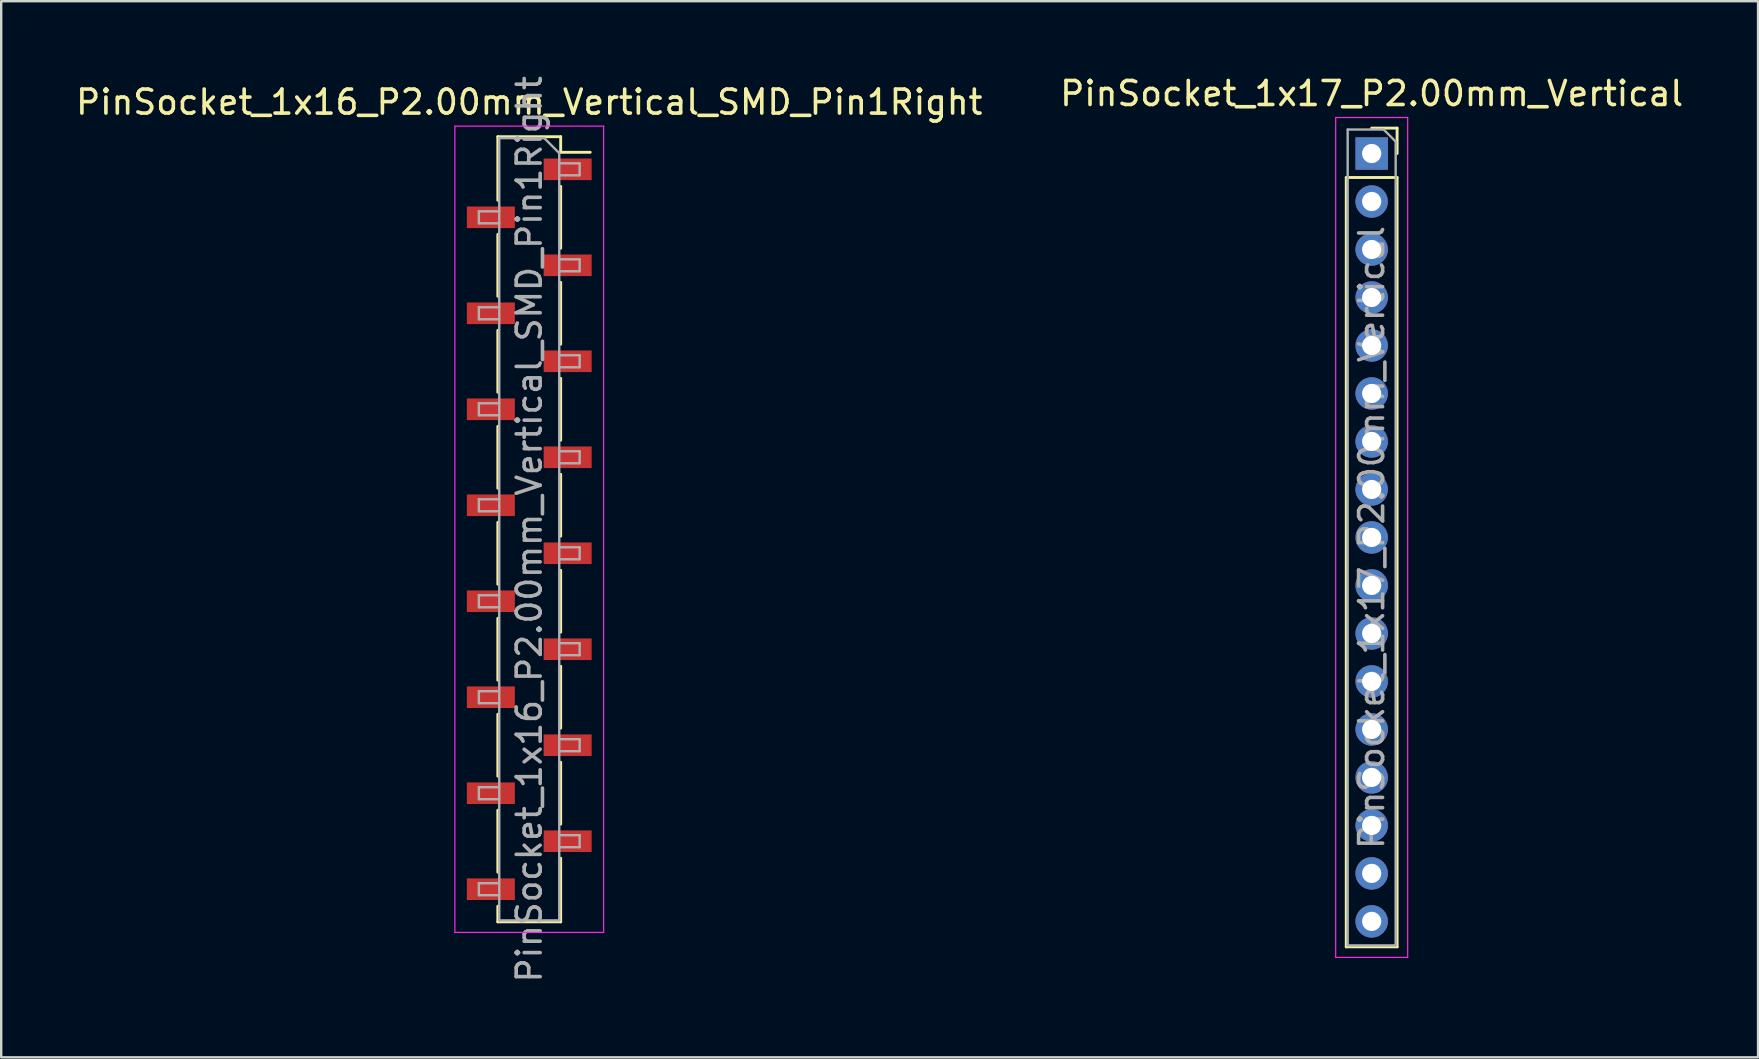
<source format=kicad_pcb>
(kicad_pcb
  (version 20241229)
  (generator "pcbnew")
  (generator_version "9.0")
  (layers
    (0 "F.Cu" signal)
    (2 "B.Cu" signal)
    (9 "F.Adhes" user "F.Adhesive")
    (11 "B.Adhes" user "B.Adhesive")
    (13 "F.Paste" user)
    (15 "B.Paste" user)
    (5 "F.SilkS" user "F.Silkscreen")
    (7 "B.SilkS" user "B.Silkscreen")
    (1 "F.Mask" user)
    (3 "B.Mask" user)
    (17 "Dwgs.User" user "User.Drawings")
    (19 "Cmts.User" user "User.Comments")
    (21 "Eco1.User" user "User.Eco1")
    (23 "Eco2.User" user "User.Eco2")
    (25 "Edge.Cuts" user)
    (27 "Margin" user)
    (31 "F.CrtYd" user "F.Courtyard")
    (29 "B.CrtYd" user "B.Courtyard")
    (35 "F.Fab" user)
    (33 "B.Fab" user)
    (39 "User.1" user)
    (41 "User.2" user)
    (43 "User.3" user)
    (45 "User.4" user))
  (footprint "PinSocket_1x17_P2.00mm_Vertical"
    (layer "F.Cu")
    (at 54.113 3.348)
    (property "Reference" "PinSocket_1x17_P2.00mm_Vertical" (at 0 -2.5 0) (layer "F.SilkS") (effects (font (size 1 1) (thickness 0.15))))
    (attr through_hole)
    (fp_line (start -1.06 1) (end -1.06 33.06) (stroke (width 0.12) (type solid)) (layer "F.SilkS"))
    (fp_line (start -1.06 1) (end 1.06 1) (stroke (width 0.12) (type solid)) (layer "F.SilkS"))
    (fp_line (start -1.06 33.06) (end 1.06 33.06) (stroke (width 0.12) (type solid)) (layer "F.SilkS"))
    (fp_line (start 0 -1.06) (end 1.06 -1.06) (stroke (width 0.12) (type solid)) (layer "F.SilkS"))
    (fp_line (start 1.06 -1.06) (end 1.06 0) (stroke (width 0.12) (type solid)) (layer "F.SilkS"))
    (fp_line (start 1.06 1) (end 1.06 33.06) (stroke (width 0.12) (type solid)) (layer "F.SilkS"))
    (fp_line (start -1.5 -1.5) (end 1.5 -1.5) (stroke (width 0.05) (type solid)) (layer "F.CrtYd"))
    (fp_line (start -1.5 33.5) (end -1.5 -1.5) (stroke (width 0.05) (type solid)) (layer "F.CrtYd"))
    (fp_line (start 1.5 -1.5) (end 1.5 33.5) (stroke (width 0.05) (type solid)) (layer "F.CrtYd"))
    (fp_line (start 1.5 33.5) (end -1.5 33.5) (stroke (width 0.05) (type solid)) (layer "F.CrtYd"))
    (fp_line (start -1 -1) (end 0.5 -1) (stroke (width 0.1) (type solid)) (layer "F.Fab"))
    (fp_line (start -1 33) (end -1 -1) (stroke (width 0.1) (type solid)) (layer "F.Fab"))
    (fp_line (start 0.5 -1) (end 1 -0.5) (stroke (width 0.1) (type solid)) (layer "F.Fab"))
    (fp_line (start 1 -0.5) (end 1 33) (stroke (width 0.1) (type solid)) (layer "F.Fab"))
    (fp_line (start 1 33) (end -1 33) (stroke (width 0.1) (type solid)) (layer "F.Fab"))
    (fp_text user "${REFERENCE}" (at 0 16 90) (layer "F.Fab") (effects (font (size 1 1) (thickness 0.15))))
    (pad "1" thru_hole rect (at 0 0) (size 1.35 1.35) (drill 0.8) (layers "*.Cu" "*.Mask"))
    (pad "2" thru_hole circle (at 0 2) (size 1.35 1.35) (drill 0.8) (layers "*.Cu" "*.Mask"))
    (pad "3" thru_hole circle (at 0 4) (size 1.35 1.35) (drill 0.8) (layers "*.Cu" "*.Mask"))
    (pad "4" thru_hole circle (at 0 6) (size 1.35 1.35) (drill 0.8) (layers "*.Cu" "*.Mask"))
    (pad "5" thru_hole circle (at 0 8) (size 1.35 1.35) (drill 0.8) (layers "*.Cu" "*.Mask"))
    (pad "6" thru_hole circle (at 0 10) (size 1.35 1.35) (drill 0.8) (layers "*.Cu" "*.Mask"))
    (pad "7" thru_hole circle (at 0 12) (size 1.35 1.35) (drill 0.8) (layers "*.Cu" "*.Mask"))
    (pad "8" thru_hole circle (at 0 14) (size 1.35 1.35) (drill 0.8) (layers "*.Cu" "*.Mask"))
    (pad "9" thru_hole circle (at 0 16) (size 1.35 1.35) (drill 0.8) (layers "*.Cu" "*.Mask"))
    (pad "10" thru_hole circle (at 0 18) (size 1.35 1.35) (drill 0.8) (layers "*.Cu" "*.Mask"))
    (pad "11" thru_hole circle (at 0 20) (size 1.35 1.35) (drill 0.8) (layers "*.Cu" "*.Mask"))
    (pad "12" thru_hole circle (at 0 22) (size 1.35 1.35) (drill 0.8) (layers "*.Cu" "*.Mask"))
    (pad "13" thru_hole circle (at 0 24) (size 1.35 1.35) (drill 0.8) (layers "*.Cu" "*.Mask"))
    (pad "14" thru_hole circle (at 0 26) (size 1.35 1.35) (drill 0.8) (layers "*.Cu" "*.Mask"))
    (pad "15" thru_hole circle (at 0 28) (size 1.35 1.35) (drill 0.8) (layers "*.Cu" "*.Mask"))
    (pad "16" thru_hole circle (at 0 30) (size 1.35 1.35) (drill 0.8) (layers "*.Cu" "*.Mask"))
    (pad "17" thru_hole circle (at 0 32) (size 1.35 1.35) (drill 0.8) (layers "*.Cu" "*.Mask")))
  (footprint "PinSocket_1x16_P2.00mm_Vertical_SMD_Pin1Right"
    (layer "F.Cu")
    (at 19.006 19.006)
    (property "Reference" "PinSocket_1x16_P2.00mm_Vertical_SMD_Pin1Right" (at 0 -17.8 0) (layer "F.SilkS") (effects (font (size 1 1) (thickness 0.15))))
    (attr smd)
    (fp_line (start -1.31 -16.36) (end -1.31 -13.71) (stroke (width 0.12) (type solid)) (layer "F.SilkS"))
    (fp_line (start -1.31 -16.36) (end 1.31 -16.36) (stroke (width 0.12) (type solid)) (layer "F.SilkS"))
    (fp_line (start -1.31 -12.29) (end -1.31 -9.71) (stroke (width 0.12) (type solid)) (layer "F.SilkS"))
    (fp_line (start -1.31 -8.29) (end -1.31 -5.71) (stroke (width 0.12) (type solid)) (layer "F.SilkS"))
    (fp_line (start -1.31 -4.29) (end -1.31 -1.71) (stroke (width 0.12) (type solid)) (layer "F.SilkS"))
    (fp_line (start -1.31 -0.29) (end -1.31 2.29) (stroke (width 0.12) (type solid)) (layer "F.SilkS"))
    (fp_line (start -1.31 3.71) (end -1.31 6.29) (stroke (width 0.12) (type solid)) (layer "F.SilkS"))
    (fp_line (start -1.31 7.71) (end -1.31 10.29) (stroke (width 0.12) (type solid)) (layer "F.SilkS"))
    (fp_line (start -1.31 11.71) (end -1.31 14.29) (stroke (width 0.12) (type solid)) (layer "F.SilkS"))
    (fp_line (start -1.31 15.71) (end -1.31 16.36) (stroke (width 0.12) (type solid)) (layer "F.SilkS"))
    (fp_line (start -1.31 16.36) (end 1.31 16.36) (stroke (width 0.12) (type solid)) (layer "F.SilkS"))
    (fp_line (start 1.31 -16.36) (end 1.31 -15.71) (stroke (width 0.12) (type solid)) (layer "F.SilkS"))
    (fp_line (start 1.31 -15.71) (end 2.54 -15.71) (stroke (width 0.12) (type solid)) (layer "F.SilkS"))
    (fp_line (start 1.31 -14.29) (end 1.31 -11.71) (stroke (width 0.12) (type solid)) (layer "F.SilkS"))
    (fp_line (start 1.31 -10.29) (end 1.31 -7.71) (stroke (width 0.12) (type solid)) (layer "F.SilkS"))
    (fp_line (start 1.31 -6.29) (end 1.31 -3.71) (stroke (width 0.12) (type solid)) (layer "F.SilkS"))
    (fp_line (start 1.31 -2.29) (end 1.31 0.29) (stroke (width 0.12) (type solid)) (layer "F.SilkS"))
    (fp_line (start 1.31 1.71) (end 1.31 4.29) (stroke (width 0.12) (type solid)) (layer "F.SilkS"))
    (fp_line (start 1.31 5.71) (end 1.31 8.29) (stroke (width 0.12) (type solid)) (layer "F.SilkS"))
    (fp_line (start 1.31 9.71) (end 1.31 12.29) (stroke (width 0.12) (type solid)) (layer "F.SilkS"))
    (fp_line (start 1.31 13.71) (end 1.31 16.36) (stroke (width 0.12) (type solid)) (layer "F.SilkS"))
    (fp_line (start -3.1 -16.8) (end 3.1 -16.8) (stroke (width 0.05) (type solid)) (layer "F.CrtYd"))
    (fp_line (start -3.1 16.8) (end -3.1 -16.8) (stroke (width 0.05) (type solid)) (layer "F.CrtYd"))
    (fp_line (start 3.1 -16.8) (end 3.1 16.8) (stroke (width 0.05) (type solid)) (layer "F.CrtYd"))
    (fp_line (start 3.1 16.8) (end -3.1 16.8) (stroke (width 0.05) (type solid)) (layer "F.CrtYd"))
    (fp_line (start -2.1 -13.25) (end -1.25 -13.25) (stroke (width 0.1) (type solid)) (layer "F.Fab"))
    (fp_line (start -2.1 -12.75) (end -2.1 -13.25) (stroke (width 0.1) (type solid)) (layer "F.Fab"))
    (fp_line (start -2.1 -9.25) (end -1.25 -9.25) (stroke (width 0.1) (type solid)) (layer "F.Fab"))
    (fp_line (start -2.1 -8.75) (end -2.1 -9.25) (stroke (width 0.1) (type solid)) (layer "F.Fab"))
    (fp_line (start -2.1 -5.25) (end -1.25 -5.25) (stroke (width 0.1) (type solid)) (layer "F.Fab"))
    (fp_line (start -2.1 -4.75) (end -2.1 -5.25) (stroke (width 0.1) (type solid)) (layer "F.Fab"))
    (fp_line (start -2.1 -1.25) (end -1.25 -1.25) (stroke (width 0.1) (type solid)) (layer "F.Fab"))
    (fp_line (start -2.1 -0.75) (end -2.1 -1.25) (stroke (width 0.1) (type solid)) (layer "F.Fab"))
    (fp_line (start -2.1 2.75) (end -1.25 2.75) (stroke (width 0.1) (type solid)) (layer "F.Fab"))
    (fp_line (start -2.1 3.25) (end -2.1 2.75) (stroke (width 0.1) (type solid)) (layer "F.Fab"))
    (fp_line (start -2.1 6.75) (end -1.25 6.75) (stroke (width 0.1) (type solid)) (layer "F.Fab"))
    (fp_line (start -2.1 7.25) (end -2.1 6.75) (stroke (width 0.1) (type solid)) (layer "F.Fab"))
    (fp_line (start -2.1 10.75) (end -1.25 10.75) (stroke (width 0.1) (type solid)) (layer "F.Fab"))
    (fp_line (start -2.1 11.25) (end -2.1 10.75) (stroke (width 0.1) (type solid)) (layer "F.Fab"))
    (fp_line (start -2.1 14.75) (end -1.25 14.75) (stroke (width 0.1) (type solid)) (layer "F.Fab"))
    (fp_line (start -2.1 15.25) (end -2.1 14.75) (stroke (width 0.1) (type solid)) (layer "F.Fab"))
    (fp_line (start -1.25 -16.3) (end 0.625 -16.3) (stroke (width 0.1) (type solid)) (layer "F.Fab"))
    (fp_line (start -1.25 -12.75) (end -2.1 -12.75) (stroke (width 0.1) (type solid)) (layer "F.Fab"))
    (fp_line (start -1.25 -8.75) (end -2.1 -8.75) (stroke (width 0.1) (type solid)) (layer "F.Fab"))
    (fp_line (start -1.25 -4.75) (end -2.1 -4.75) (stroke (width 0.1) (type solid)) (layer "F.Fab"))
    (fp_line (start -1.25 -0.75) (end -2.1 -0.75) (stroke (width 0.1) (type solid)) (layer "F.Fab"))
    (fp_line (start -1.25 3.25) (end -2.1 3.25) (stroke (width 0.1) (type solid)) (layer "F.Fab"))
    (fp_line (start -1.25 7.25) (end -2.1 7.25) (stroke (width 0.1) (type solid)) (layer "F.Fab"))
    (fp_line (start -1.25 11.25) (end -2.1 11.25) (stroke (width 0.1) (type solid)) (layer "F.Fab"))
    (fp_line (start -1.25 15.25) (end -2.1 15.25) (stroke (width 0.1) (type solid)) (layer "F.Fab"))
    (fp_line (start -1.25 16.3) (end -1.25 -16.3) (stroke (width 0.1) (type solid)) (layer "F.Fab"))
    (fp_line (start 0.625 -16.3) (end 1.25 -15.675) (stroke (width 0.1) (type solid)) (layer "F.Fab"))
    (fp_line (start 1.25 -15.675) (end 1.25 16.3) (stroke (width 0.1) (type solid)) (layer "F.Fab"))
    (fp_line (start 1.25 -15.25) (end 2.1 -15.25) (stroke (width 0.1) (type solid)) (layer "F.Fab"))
    (fp_line (start 1.25 -11.25) (end 2.1 -11.25) (stroke (width 0.1) (type solid)) (layer "F.Fab"))
    (fp_line (start 1.25 -7.25) (end 2.1 -7.25) (stroke (width 0.1) (type solid)) (layer "F.Fab"))
    (fp_line (start 1.25 -3.25) (end 2.1 -3.25) (stroke (width 0.1) (type solid)) (layer "F.Fab"))
    (fp_line (start 1.25 0.75) (end 2.1 0.75) (stroke (width 0.1) (type solid)) (layer "F.Fab"))
    (fp_line (start 1.25 4.75) (end 2.1 4.75) (stroke (width 0.1) (type solid)) (layer "F.Fab"))
    (fp_line (start 1.25 8.75) (end 2.1 8.75) (stroke (width 0.1) (type solid)) (layer "F.Fab"))
    (fp_line (start 1.25 12.75) (end 2.1 12.75) (stroke (width 0.1) (type solid)) (layer "F.Fab"))
    (fp_line (start 1.25 16.3) (end -1.25 16.3) (stroke (width 0.1) (type solid)) (layer "F.Fab"))
    (fp_line (start 2.1 -15.25) (end 2.1 -14.75) (stroke (width 0.1) (type solid)) (layer "F.Fab"))
    (fp_line (start 2.1 -14.75) (end 1.25 -14.75) (stroke (width 0.1) (type solid)) (layer "F.Fab"))
    (fp_line (start 2.1 -11.25) (end 2.1 -10.75) (stroke (width 0.1) (type solid)) (layer "F.Fab"))
    (fp_line (start 2.1 -10.75) (end 1.25 -10.75) (stroke (width 0.1) (type solid)) (layer "F.Fab"))
    (fp_line (start 2.1 -7.25) (end 2.1 -6.75) (stroke (width 0.1) (type solid)) (layer "F.Fab"))
    (fp_line (start 2.1 -6.75) (end 1.25 -6.75) (stroke (width 0.1) (type solid)) (layer "F.Fab"))
    (fp_line (start 2.1 -3.25) (end 2.1 -2.75) (stroke (width 0.1) (type solid)) (layer "F.Fab"))
    (fp_line (start 2.1 -2.75) (end 1.25 -2.75) (stroke (width 0.1) (type solid)) (layer "F.Fab"))
    (fp_line (start 2.1 0.75) (end 2.1 1.25) (stroke (width 0.1) (type solid)) (layer "F.Fab"))
    (fp_line (start 2.1 1.25) (end 1.25 1.25) (stroke (width 0.1) (type solid)) (layer "F.Fab"))
    (fp_line (start 2.1 4.75) (end 2.1 5.25) (stroke (width 0.1) (type solid)) (layer "F.Fab"))
    (fp_line (start 2.1 5.25) (end 1.25 5.25) (stroke (width 0.1) (type solid)) (layer "F.Fab"))
    (fp_line (start 2.1 8.75) (end 2.1 9.25) (stroke (width 0.1) (type solid)) (layer "F.Fab"))
    (fp_line (start 2.1 9.25) (end 1.25 9.25) (stroke (width 0.1) (type solid)) (layer "F.Fab"))
    (fp_line (start 2.1 12.75) (end 2.1 13.25) (stroke (width 0.1) (type solid)) (layer "F.Fab"))
    (fp_line (start 2.1 13.25) (end 1.25 13.25) (stroke (width 0.1) (type solid)) (layer "F.Fab"))
    (fp_text user "${REFERENCE}" (at 0 0 90) (layer "F.Fab") (effects (font (size 1 1) (thickness 0.15))))
    (pad "1" smd rect (at 1.6 -15) (size 2 0.9) (layers "F.Cu" "F.Mask" "F.Paste"))
    (pad "2" smd rect (at -1.6 -13) (size 2 0.9) (layers "F.Cu" "F.Mask" "F.Paste"))
    (pad "3" smd rect (at 1.6 -11) (size 2 0.9) (layers "F.Cu" "F.Mask" "F.Paste"))
    (pad "4" smd rect (at -1.6 -9) (size 2 0.9) (layers "F.Cu" "F.Mask" "F.Paste"))
    (pad "5" smd rect (at 1.6 -7) (size 2 0.9) (layers "F.Cu" "F.Mask" "F.Paste"))
    (pad "6" smd rect (at -1.6 -5) (size 2 0.9) (layers "F.Cu" "F.Mask" "F.Paste"))
    (pad "7" smd rect (at 1.6 -3) (size 2 0.9) (layers "F.Cu" "F.Mask" "F.Paste"))
    (pad "8" smd rect (at -1.6 -1) (size 2 0.9) (layers "F.Cu" "F.Mask" "F.Paste"))
    (pad "9" smd rect (at 1.6 1) (size 2 0.9) (layers "F.Cu" "F.Mask" "F.Paste"))
    (pad "10" smd rect (at -1.6 3) (size 2 0.9) (layers "F.Cu" "F.Mask" "F.Paste"))
    (pad "11" smd rect (at 1.6 5) (size 2 0.9) (layers "F.Cu" "F.Mask" "F.Paste"))
    (pad "12" smd rect (at -1.6 7) (size 2 0.9) (layers "F.Cu" "F.Mask" "F.Paste"))
    (pad "13" smd rect (at 1.6 9) (size 2 0.9) (layers "F.Cu" "F.Mask" "F.Paste"))
    (pad "14" smd rect (at -1.6 11) (size 2 0.9) (layers "F.Cu" "F.Mask" "F.Paste"))
    (pad "15" smd rect (at 1.6 13) (size 2 0.9) (layers "F.Cu" "F.Mask" "F.Paste"))
    (pad "16" smd rect (at -1.6 15) (size 2 0.9) (layers "F.Cu" "F.Mask" "F.Paste")))
  (gr_rect
    (start -3 -3)
    (end 70.214 41.012)
    (stroke (width 0.1) (type default))
    (fill no)
    (layer "Edge.Cuts")))
</source>
